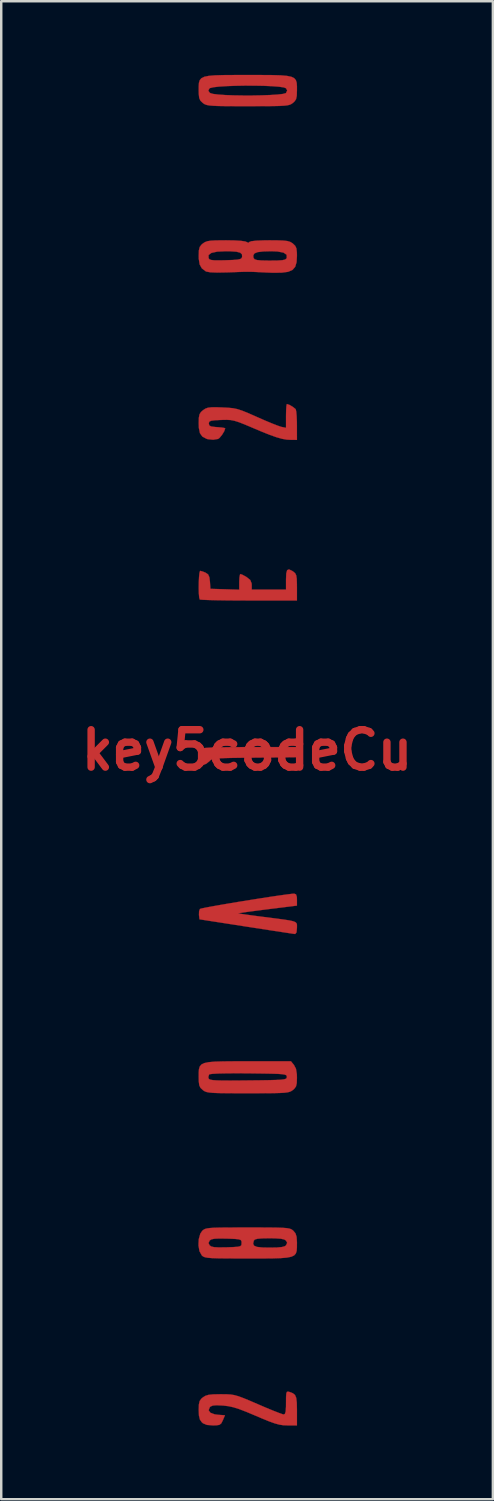
<source format=kicad_pcb>
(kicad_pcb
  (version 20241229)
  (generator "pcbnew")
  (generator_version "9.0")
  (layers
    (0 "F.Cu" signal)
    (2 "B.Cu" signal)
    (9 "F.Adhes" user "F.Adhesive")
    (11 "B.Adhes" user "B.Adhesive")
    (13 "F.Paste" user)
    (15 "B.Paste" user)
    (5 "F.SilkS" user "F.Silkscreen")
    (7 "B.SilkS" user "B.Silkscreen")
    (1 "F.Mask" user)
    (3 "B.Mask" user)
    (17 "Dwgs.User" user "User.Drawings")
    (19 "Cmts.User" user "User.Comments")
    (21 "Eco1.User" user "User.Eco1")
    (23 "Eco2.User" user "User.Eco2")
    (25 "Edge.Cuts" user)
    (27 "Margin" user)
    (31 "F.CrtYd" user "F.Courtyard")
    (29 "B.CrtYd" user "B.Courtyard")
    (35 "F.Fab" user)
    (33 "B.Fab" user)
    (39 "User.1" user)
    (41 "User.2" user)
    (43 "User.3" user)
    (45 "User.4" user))
  (footprint "key5codeCu"
    (layer "F.Cu")
    (at 7.01 27.5)
    (property "Reference" "key5codeCu" (at 0 0 0) (layer "F.Cu") (effects (font (size 1.524 1.524) (thickness 0.3))))
    (attr through_hole)
    (fp_poly (pts (xy 2 0.286) (xy 0.286 0.303) (xy -0.227 0.308) (xy -0.628 0.314) (xy -0.932 0.322) (xy -1.153 0.332) (xy -1.306 0.347) (xy -1.407 0.367) (xy -1.471 0.393) (xy -1.511 0.426) (xy -1.524 0.442) (xy -1.658 0.55) (xy -1.794 0.606) (xy -1.898 0.625) (xy -1.949 0.597) (xy -1.967 0.493) (xy -1.968 0.337) (xy -1.954 0.139) (xy -1.917 -0.01) (xy -1.892 -0.051) (xy -1.83 -0.074) (xy -1.691 -0.093) (xy -1.464 -0.107) (xy -1.142 -0.117) (xy -0.715 -0.124) (xy -0.174 -0.127) (xy 0.112 -0.127) (xy 2.04 -0.127) (xy 2 0.286)) (stroke (width 0.01) (type solid)) (fill yes) (layer "F.Cu"))
    (fp_poly (pts (xy 1.834 -7.305) (xy 1.891 -7.267) (xy 1.961 -7.206) (xy 2.003 -7.122) (xy 2.024 -6.985) (xy 2.031 -6.765) (xy 2.032 -6.632) (xy 2.032 -6.096) (xy 0.074 -6.096) (xy -0.412 -6.097) (xy -0.858 -6.101) (xy -1.246 -6.107) (xy -1.561 -6.115) (xy -1.787 -6.124) (xy -1.91 -6.134) (xy -1.926 -6.138) (xy -1.949 -6.22) (xy -1.963 -6.387) (xy -1.968 -6.604) (xy -1.965 -6.838) (xy -1.955 -7.055) (xy -1.938 -7.22) (xy -1.914 -7.3) (xy -1.908 -7.303) (xy -1.809 -7.278) (xy -1.689 -7.23) (xy -1.586 -7.16) (xy -1.533 -7.043) (xy -1.511 -6.865) (xy -1.492 -6.572) (xy -0.905 -6.554) (xy -0.318 -6.536) (xy -0.318 -6.856) (xy -0.309 -7.037) (xy -0.287 -7.153) (xy -0.27 -7.175) (xy -0.189 -7.145) (xy -0.05 -7.07) (xy -0.016 -7.049) (xy 0.132 -6.93) (xy 0.187 -6.791) (xy 0.191 -6.732) (xy 0.191 -6.54) (xy 1.587 -6.54) (xy 1.587 -6.953) (xy 1.597 -7.2) (xy 1.633 -7.332) (xy 1.708 -7.363) (xy 1.834 -7.305)) (stroke (width 0.01) (type solid)) (fill yes) (layer "F.Cu"))
    (fp_poly (pts (xy 1.995 5.871) (xy 2.028 5.976) (xy 2.032 6.085) (xy 2.032 6.329) (xy 0.827 6.478) (xy 0.454 6.526) (xy 0.13 6.568) (xy -0.127 6.604) (xy -0.298 6.63) (xy -0.363 6.643) (xy -0.363 6.644) (xy -0.298 6.656) (xy -0.128 6.682) (xy 0.126 6.717) (xy 0.442 6.76) (xy 0.7 6.793) (xy 1.142 6.849) (xy 1.474 6.893) (xy 1.712 6.929) (xy 1.871 6.963) (xy 1.967 7) (xy 2.016 7.046) (xy 2.033 7.105) (xy 2.033 7.183) (xy 2.032 7.24) (xy 2.014 7.42) (xy 1.96 7.485) (xy 1.953 7.485) (xy 1.872 7.474) (xy 1.682 7.445) (xy 1.399 7.402) (xy 1.038 7.347) (xy 0.617 7.282) (xy 0.15 7.21) (xy -0.032 7.182) (xy -1.937 6.886) (xy -1.958 6.706) (xy -1.953 6.554) (xy -1.918 6.465) (xy -1.846 6.443) (xy -1.667 6.406) (xy -1.4 6.356) (xy -1.064 6.297) (xy -0.679 6.231) (xy -0.263 6.162) (xy 0.166 6.093) (xy 0.587 6.026) (xy 0.983 5.965) (xy 1.333 5.914) (xy 1.621 5.874) (xy 1.825 5.849) (xy 1.919 5.842) (xy 1.995 5.871)) (stroke (width 0.01) (type solid)) (fill yes) (layer "F.Cu"))
    (fp_poly (pts (xy 1.73 26.134) (xy 1.865 26.185) (xy 1.953 26.256) (xy 2.003 26.374) (xy 2.026 26.563) (xy 2.032 26.85) (xy 2.032 26.9) (xy 2.032 27.495) (xy 1.647 27.495) (xy 1.479 27.489) (xy 1.314 27.464) (xy 1.127 27.413) (xy 0.891 27.328) (xy 0.581 27.201) (xy 0.361 27.107) (xy -0.021 26.946) (xy -0.318 26.832) (xy -0.556 26.757) (xy -0.763 26.712) (xy -0.968 26.688) (xy -0.986 26.687) (xy -1.236 26.675) (xy -1.392 26.687) (xy -1.485 26.726) (xy -1.518 26.758) (xy -1.564 26.879) (xy -1.495 26.978) (xy -1.322 27.044) (xy -1.175 27.064) (xy -0.899 27.083) (xy -0.986 27.289) (xy -1.048 27.412) (xy -1.126 27.473) (xy -1.262 27.494) (xy -1.394 27.495) (xy -1.634 27.476) (xy -1.792 27.411) (xy -1.841 27.369) (xy -1.92 27.256) (xy -1.959 27.093) (xy -1.968 26.865) (xy -1.961 26.644) (xy -1.931 26.506) (xy -1.863 26.41) (xy -1.801 26.357) (xy -1.698 26.292) (xy -1.571 26.252) (xy -1.388 26.232) (xy -1.115 26.226) (xy -1.064 26.226) (xy -0.849 26.227) (xy -0.675 26.237) (xy -0.516 26.262) (xy -0.345 26.31) (xy -0.135 26.388) (xy 0.141 26.503) (xy 0.454 26.638) (xy 0.78 26.778) (xy 1.069 26.897) (xy 1.3 26.987) (xy 1.451 27.041) (xy 1.495 27.051) (xy 1.544 27.024) (xy 1.573 26.927) (xy 1.586 26.739) (xy 1.587 26.57) (xy 1.589 26.328) (xy 1.6 26.188) (xy 1.627 26.127) (xy 1.679 26.12) (xy 1.73 26.134)) (stroke (width 0.01) (type solid)) (fill yes) (layer "F.Cu"))
    (fp_poly (pts (xy 1.725 -14.063) (xy 1.86 -13.985) (xy 1.967 -13.901) (xy 1.983 -13.881) (xy 2.004 -13.79) (xy 2.02 -13.604) (xy 2.03 -13.357) (xy 2.031 -13.224) (xy 2.032 -12.636) (xy 1.794 -12.637) (xy 1.616 -12.647) (xy 1.425 -12.681) (xy 1.198 -12.745) (xy 0.914 -12.846) (xy 0.553 -12.991) (xy 0.242 -13.123) (xy -0.084 -13.261) (xy -0.325 -13.356) (xy -0.509 -13.414) (xy -0.668 -13.445) (xy -0.832 -13.454) (xy -1.03 -13.45) (xy -1.059 -13.449) (xy -1.309 -13.436) (xy -1.458 -13.417) (xy -1.531 -13.384) (xy -1.555 -13.329) (xy -1.556 -13.303) (xy -1.538 -13.227) (xy -1.463 -13.184) (xy -1.302 -13.162) (xy -1.222 -13.157) (xy -1.036 -13.141) (xy -0.915 -13.12) (xy -0.889 -13.106) (xy -0.927 -12.992) (xy -1.016 -12.845) (xy -1.118 -12.72) (xy -1.178 -12.676) (xy -1.379 -12.643) (xy -1.6 -12.666) (xy -1.651 -12.682) (xy -1.819 -12.772) (xy -1.918 -12.91) (xy -1.962 -13.124) (xy -1.968 -13.308) (xy -1.963 -13.535) (xy -1.936 -13.676) (xy -1.876 -13.772) (xy -1.794 -13.844) (xy -1.699 -13.908) (xy -1.594 -13.947) (xy -1.446 -13.964) (xy -1.225 -13.965) (xy -1.016 -13.958) (xy -0.769 -13.946) (xy -0.572 -13.927) (xy -0.393 -13.89) (xy -0.199 -13.827) (xy 0.041 -13.73) (xy 0.361 -13.589) (xy 0.407 -13.568) (xy 0.719 -13.431) (xy 1.004 -13.312) (xy 1.234 -13.222) (xy 1.384 -13.17) (xy 1.407 -13.165) (xy 1.587 -13.129) (xy 1.587 -13.613) (xy 1.592 -13.843) (xy 1.603 -14.013) (xy 1.62 -14.094) (xy 1.623 -14.097) (xy 1.725 -14.063)) (stroke (width 0.01) (type solid)) (fill yes) (layer "F.Cu"))
    (fp_poly (pts (xy 0.588 -27.495) (xy 1.03 -27.492) (xy 1.372 -27.482) (xy 1.625 -27.46) (xy 1.804 -27.423) (xy 1.921 -27.366) (xy 1.989 -27.286) (xy 2.022 -27.178) (xy 2.032 -27.039) (xy 2.032 -26.865) (xy 2.025 -26.644) (xy 1.994 -26.506) (xy 1.926 -26.41) (xy 1.865 -26.357) (xy 1.808 -26.317) (xy 1.743 -26.286) (xy 1.652 -26.263) (xy 1.52 -26.247) (xy 1.331 -26.236) (xy 1.069 -26.23) (xy 0.718 -26.227) (xy 0.264 -26.226) (xy 0.032 -26.226) (xy -0.473 -26.226) (xy -0.866 -26.228) (xy -1.164 -26.233) (xy -1.383 -26.242) (xy -1.537 -26.256) (xy -1.644 -26.276) (xy -1.719 -26.303) (xy -1.777 -26.339) (xy -1.801 -26.357) (xy -1.897 -26.449) (xy -1.948 -26.557) (xy -1.966 -26.725) (xy -1.968 -26.859) (xy -1.578 -26.859) (xy -1.525 -26.782) (xy -1.494 -26.758) (xy -1.386 -26.726) (xy -1.178 -26.7) (xy -0.891 -26.68) (xy -0.547 -26.667) (xy -0.168 -26.661) (xy 0.222 -26.661) (xy 0.602 -26.668) (xy 0.95 -26.681) (xy 1.243 -26.7) (xy 1.46 -26.725) (xy 1.577 -26.757) (xy 1.587 -26.765) (xy 1.635 -26.867) (xy 1.587 -26.956) (xy 1.496 -26.991) (xy 1.299 -27.019) (xy 1.02 -27.04) (xy 0.681 -27.055) (xy 0.305 -27.062) (xy -0.088 -27.063) (xy -0.474 -27.056) (xy -0.831 -27.043) (xy -1.137 -27.024) (xy -1.369 -26.997) (xy -1.506 -26.964) (xy -1.53 -26.949) (xy -1.578 -26.859) (xy -1.968 -26.859) (xy -1.968 -26.865) (xy -1.968 -27.04) (xy -1.958 -27.18) (xy -1.925 -27.287) (xy -1.856 -27.367) (xy -1.739 -27.424) (xy -1.559 -27.46) (xy -1.305 -27.482) (xy -0.962 -27.492) (xy -0.519 -27.495) (xy 0.032 -27.495) (xy 0.588 -27.495)) (stroke (width 0.01) (type solid)) (fill yes) (layer "F.Cu"))
    (fp_poly (pts (xy 0.044 12.668) (xy 1.789 12.668) (xy 1.911 12.818) (xy 1.992 12.971) (xy 2.028 13.191) (xy 2.032 13.337) (xy 2.025 13.557) (xy 1.993 13.694) (xy 1.922 13.79) (xy 1.865 13.838) (xy 1.808 13.878) (xy 1.743 13.909) (xy 1.652 13.932) (xy 1.52 13.949) (xy 1.331 13.959) (xy 1.069 13.966) (xy 0.718 13.969) (xy 0.264 13.97) (xy 0.032 13.97) (xy -0.473 13.97) (xy -0.866 13.967) (xy -1.164 13.963) (xy -1.383 13.954) (xy -1.537 13.94) (xy -1.644 13.92) (xy -1.719 13.893) (xy -1.777 13.857) (xy -1.801 13.838) (xy -1.895 13.75) (xy -1.945 13.647) (xy -1.965 13.488) (xy -1.968 13.308) (xy -1.968 13.307) (xy -1.577 13.307) (xy -1.566 13.364) (xy -1.541 13.395) (xy -1.486 13.419) (xy -1.384 13.436) (xy -1.222 13.446) (xy -0.985 13.452) (xy -0.657 13.453) (xy -0.225 13.45) (xy 0.046 13.447) (xy 0.533 13.442) (xy 0.907 13.436) (xy 1.184 13.428) (xy 1.378 13.418) (xy 1.504 13.403) (xy 1.576 13.382) (xy 1.609 13.354) (xy 1.619 13.318) (xy 1.619 13.303) (xy 1.615 13.264) (xy 1.591 13.233) (xy 1.534 13.21) (xy 1.428 13.193) (xy 1.258 13.181) (xy 1.011 13.173) (xy 0.67 13.167) (xy 0.221 13.161) (xy 0.068 13.159) (xy -0.413 13.156) (xy -0.827 13.159) (xy -1.159 13.166) (xy -1.396 13.178) (xy -1.525 13.195) (xy -1.544 13.203) (xy -1.577 13.307) (xy -1.968 13.307) (xy -1.968 13.131) (xy -1.958 12.99) (xy -1.926 12.881) (xy -1.858 12.799) (xy -1.742 12.742) (xy -1.564 12.704) (xy -1.311 12.682) (xy -0.971 12.672) (xy -0.531 12.668) (xy 0.023 12.668) (xy 0.044 12.668)) (stroke (width 0.01) (type solid)) (fill yes) (layer "F.Cu"))
    (fp_poly (pts (xy 0.543 19.436) (xy 0.942 19.438) (xy 1.245 19.442) (xy 1.467 19.45) (xy 1.624 19.463) (xy 1.73 19.482) (xy 1.802 19.508) (xy 1.854 19.542) (xy 1.887 19.571) (xy 1.974 19.678) (xy 2.018 19.816) (xy 2.032 20.03) (xy 2.032 20.077) (xy 2.031 20.25) (xy 2.021 20.387) (xy 1.988 20.493) (xy 1.919 20.572) (xy 1.802 20.627) (xy 1.622 20.663) (xy 1.368 20.684) (xy 1.025 20.695) (xy 0.581 20.698) (xy 0.032 20.698) (xy -0.487 20.697) (xy -0.893 20.695) (xy -1.203 20.691) (xy -1.43 20.683) (xy -1.59 20.67) (xy -1.699 20.652) (xy -1.77 20.627) (xy -1.819 20.595) (xy -1.843 20.572) (xy -1.937 20.403) (xy -1.977 20.167) (xy -1.973 20.07) (xy -1.571 20.07) (xy -1.522 20.163) (xy -1.457 20.21) (xy -1.339 20.237) (xy -1.146 20.247) (xy -0.851 20.243) (xy -0.832 20.243) (xy -0.551 20.233) (xy -0.373 20.22) (xy -0.275 20.197) (xy -0.232 20.156) (xy -0.223 20.093) (xy 0.248 20.093) (xy 0.284 20.176) (xy 0.401 20.226) (xy 0.613 20.25) (xy 0.911 20.256) (xy 1.218 20.251) (xy 1.42 20.232) (xy 1.54 20.198) (xy 1.587 20.161) (xy 1.635 20.06) (xy 1.587 19.971) (xy 1.513 19.923) (xy 1.372 19.893) (xy 1.141 19.878) (xy 0.911 19.875) (xy 0.617 19.88) (xy 0.428 19.895) (xy 0.322 19.924) (xy 0.277 19.97) (xy 0.277 19.971) (xy 0.248 20.093) (xy -0.223 20.093) (xy -0.222 20.092) (xy -0.222 20.066) (xy -0.227 19.993) (xy -0.257 19.945) (xy -0.335 19.918) (xy -0.486 19.902) (xy -0.732 19.892) (xy -0.832 19.889) (xy -1.132 19.885) (xy -1.331 19.894) (xy -1.452 19.92) (xy -1.52 19.965) (xy -1.522 19.969) (xy -1.571 20.07) (xy -1.973 20.07) (xy -1.966 19.913) (xy -1.904 19.69) (xy -1.824 19.571) (xy -1.776 19.531) (xy -1.72 19.499) (xy -1.64 19.476) (xy -1.521 19.459) (xy -1.347 19.447) (xy -1.103 19.44) (xy -0.774 19.437) (xy -0.344 19.436) (xy 0.032 19.436) (xy 0.543 19.436)) (stroke (width 0.01) (type solid)) (fill yes) (layer "F.Cu"))
    (fp_poly (pts (xy 1.252 -20.762) (xy 1.486 -20.753) (xy 1.646 -20.734) (xy 1.756 -20.701) (xy 1.842 -20.65) (xy 1.865 -20.633) (xy 1.961 -20.541) (xy 2.011 -20.433) (xy 2.03 -20.265) (xy 2.032 -20.125) (xy 2.017 -19.873) (xy 1.962 -19.687) (xy 1.852 -19.559) (xy 1.671 -19.481) (xy 1.405 -19.446) (xy 1.036 -19.443) (xy 0.782 -19.453) (xy 0.5 -19.467) (xy 0.296 -19.477) (xy 0.139 -19.482) (xy -0.006 -19.483) (xy -0.171 -19.48) (xy -0.388 -19.473) (xy -0.69 -19.461) (xy -0.794 -19.458) (xy -1.203 -19.45) (xy -1.493 -19.461) (xy -1.662 -19.492) (xy -1.683 -19.502) (xy -1.841 -19.622) (xy -1.93 -19.782) (xy -1.966 -20.016) (xy -1.966 -20.041) (xy -1.567 -20.041) (xy -1.567 -20.041) (xy -1.533 -19.993) (xy -1.458 -19.963) (xy -1.321 -19.949) (xy -1.096 -19.948) (xy -0.875 -19.953) (xy -0.579 -19.963) (xy -0.386 -19.978) (xy -0.274 -20.003) (xy -0.22 -20.041) (xy -0.201 -20.09) (xy -0.203 -20.133) (xy 0.254 -20.133) (xy 0.264 -20.048) (xy 0.307 -19.992) (xy 0.407 -19.96) (xy 0.583 -19.944) (xy 0.859 -19.939) (xy 0.956 -19.939) (xy 1.248 -19.942) (xy 1.436 -19.954) (xy 1.546 -19.979) (xy 1.601 -20.02) (xy 1.616 -20.048) (xy 1.612 -20.175) (xy 1.487 -20.262) (xy 1.242 -20.309) (xy 0.988 -20.319) (xy 0.655 -20.31) (xy 0.432 -20.283) (xy 0.305 -20.232) (xy 0.256 -20.155) (xy 0.254 -20.133) (xy -0.203 -20.133) (xy -0.206 -20.192) (xy -0.278 -20.26) (xy -0.434 -20.3) (xy -0.691 -20.317) (xy -0.861 -20.319) (xy -1.215 -20.303) (xy -1.449 -20.252) (xy -1.565 -20.165) (xy -1.567 -20.041) (xy -1.966 -20.041) (xy -1.968 -20.137) (xy -1.961 -20.355) (xy -1.928 -20.491) (xy -1.854 -20.588) (xy -1.801 -20.633) (xy -1.716 -20.689) (xy -1.615 -20.727) (xy -1.471 -20.75) (xy -1.257 -20.761) (xy -0.949 -20.764) (xy -0.861 -20.765) (xy -0.511 -20.759) (xy -0.242 -20.742) (xy -0.071 -20.717) (xy -0.02 -20.695) (xy 0.057 -20.661) (xy 0.092 -20.695) (xy 0.176 -20.727) (xy 0.376 -20.75) (xy 0.681 -20.762) (xy 0.916 -20.765) (xy 1.252 -20.762)) (stroke (width 0.01) (type solid)) (fill yes) (layer "F.Cu")))
  (gr_rect
    (start -3 -3)
    (end 17.021 58.001)
    (stroke (width 0.1) (type default))
    (fill no)
    (layer "Edge.Cuts")))
</source>
